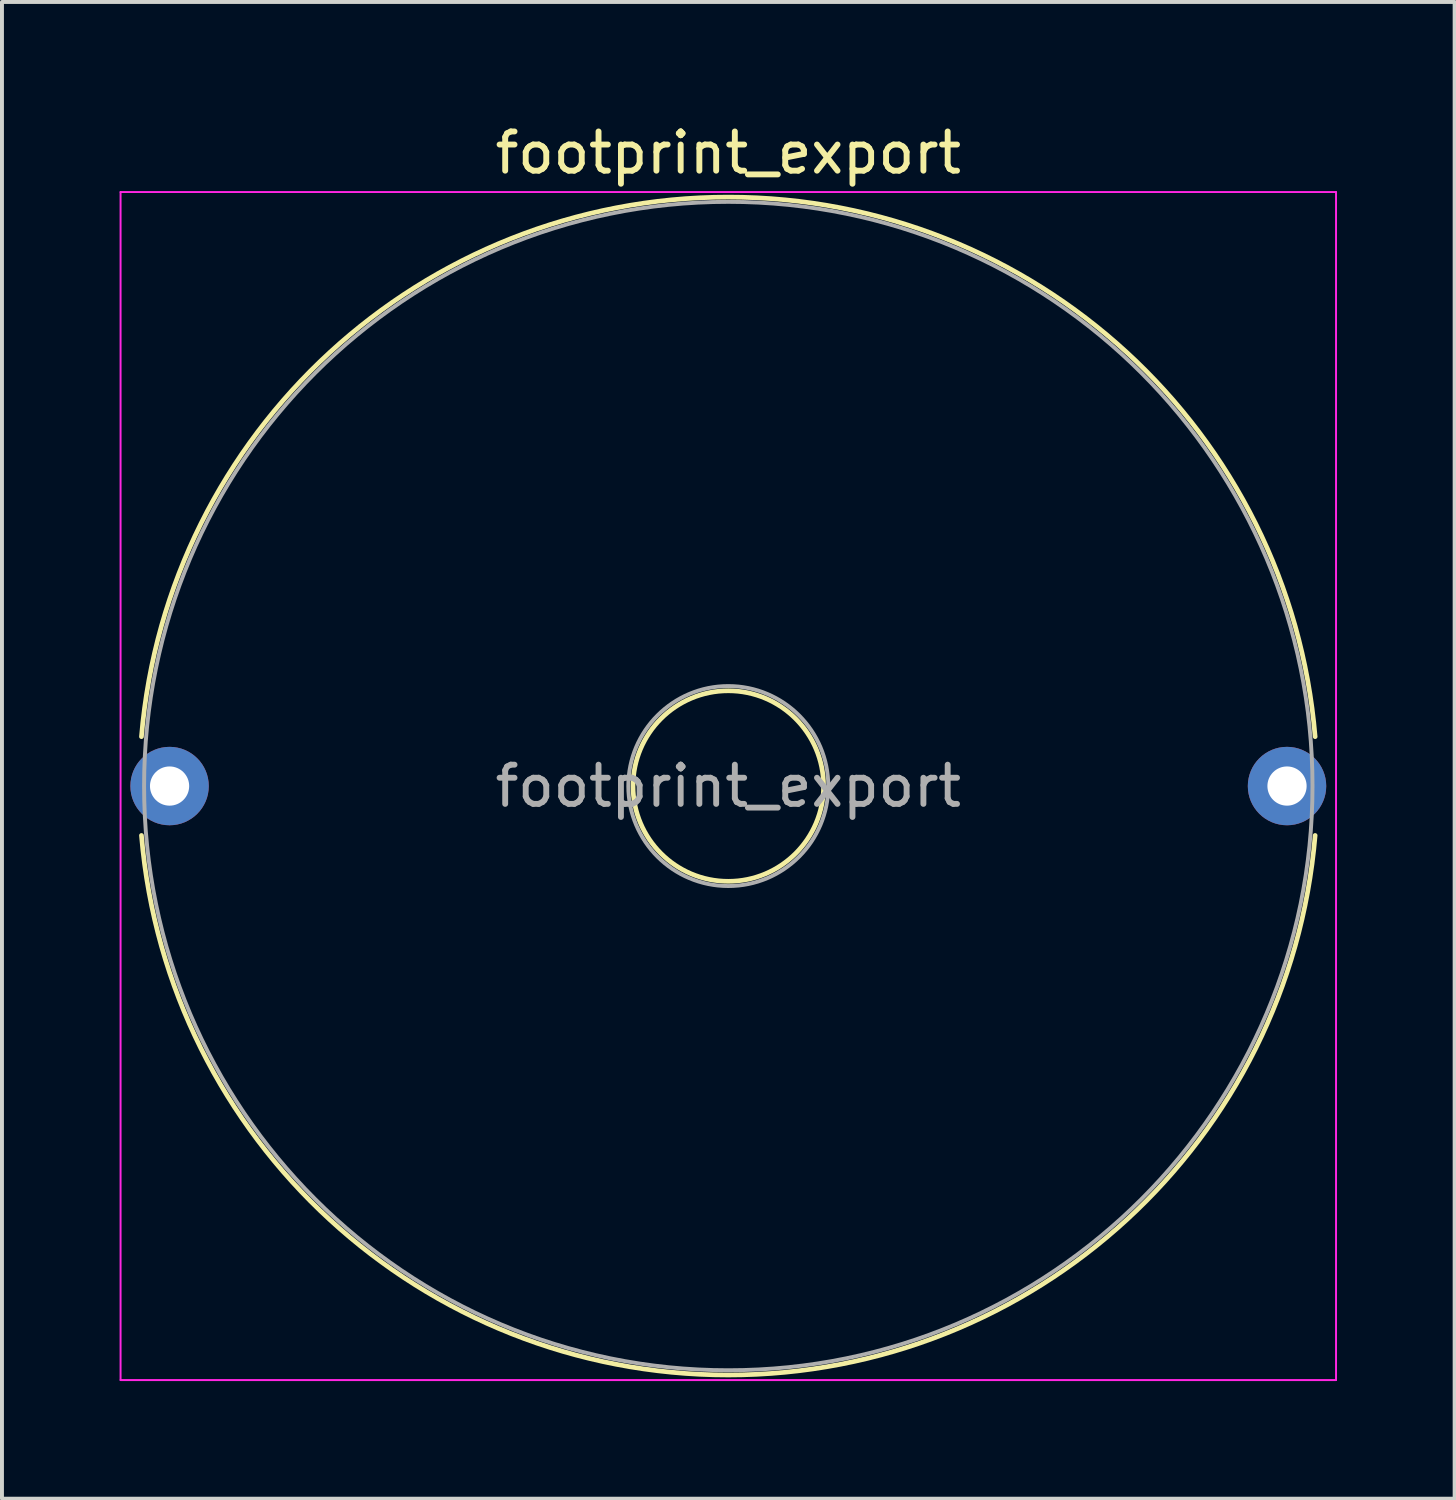
<source format=kicad_pcb>
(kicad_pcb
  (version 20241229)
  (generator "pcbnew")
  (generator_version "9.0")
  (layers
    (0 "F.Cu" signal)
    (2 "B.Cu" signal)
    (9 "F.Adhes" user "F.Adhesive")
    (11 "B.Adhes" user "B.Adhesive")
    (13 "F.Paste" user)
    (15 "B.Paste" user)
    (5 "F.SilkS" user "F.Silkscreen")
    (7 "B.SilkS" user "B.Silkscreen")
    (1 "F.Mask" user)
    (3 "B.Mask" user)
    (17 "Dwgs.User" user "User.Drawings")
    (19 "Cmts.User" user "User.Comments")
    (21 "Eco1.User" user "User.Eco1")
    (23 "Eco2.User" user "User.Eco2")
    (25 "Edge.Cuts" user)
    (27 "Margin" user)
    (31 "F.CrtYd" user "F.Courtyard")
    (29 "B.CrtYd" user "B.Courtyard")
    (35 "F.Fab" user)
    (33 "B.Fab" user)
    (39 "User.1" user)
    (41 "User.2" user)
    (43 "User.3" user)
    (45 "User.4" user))
  (footprint "footprint_export"
    (layer "F.Cu")
    (at 1.275 16.998)
    (property "Reference" "footprint_export" (at 14.25 -16.15 0) (layer "F.SilkS") (effects (font (size 1 1) (thickness 0.15))))
    (attr through_hole)
    (fp_arc (start -0.717057 -1.26) (mid 14.25 -15.02) (end 29.217057 -1.26) (stroke (width 0.12) (type solid)) (layer "F.SilkS"))
    (fp_arc (start 29.217057 1.26) (mid 14.25 15.02) (end -0.717057 1.26) (stroke (width 0.12) (type solid)) (layer "F.SilkS"))
    (fp_circle (center 14.25 0) (end 16.68 0) (stroke (width 0.12) (type solid)) (fill no) (layer "F.SilkS"))
    (fp_line (start -1.25 -15.15) (end -1.25 15.15) (stroke (width 0.05) (type solid)) (layer "F.CrtYd"))
    (fp_line (start -1.25 15.15) (end 29.75 15.15) (stroke (width 0.05) (type solid)) (layer "F.CrtYd"))
    (fp_line (start 29.75 -15.15) (end -1.25 -15.15) (stroke (width 0.05) (type solid)) (layer "F.CrtYd"))
    (fp_line (start 29.75 15.15) (end 29.75 -15.15) (stroke (width 0.05) (type solid)) (layer "F.CrtYd"))
    (fp_circle (center 14.25 0) (end 16.8 0) (stroke (width 0.1) (type solid)) (fill no) (layer "F.Fab"))
    (fp_circle (center 14.25 0) (end 29.15 0) (stroke (width 0.1) (type solid)) (fill no) (layer "F.Fab"))
    (fp_text user "${REFERENCE}" (at 14.25 0 0) (layer "F.Fab") (effects (font (size 1 1) (thickness 0.15))))
    (pad "1" thru_hole circle (at 0 0) (size 2 2) (drill 1) (layers "*.Cu" "*.Mask"))
    (pad "2" thru_hole circle (at 28.5 0) (size 2 2) (drill 1) (layers "*.Cu" "*.Mask")))
  (gr_rect
    (start -3 -3)
    (end 34.05 35.173)
    (stroke (width 0.1) (type default))
    (fill no)
    (layer "Edge.Cuts")))
</source>
